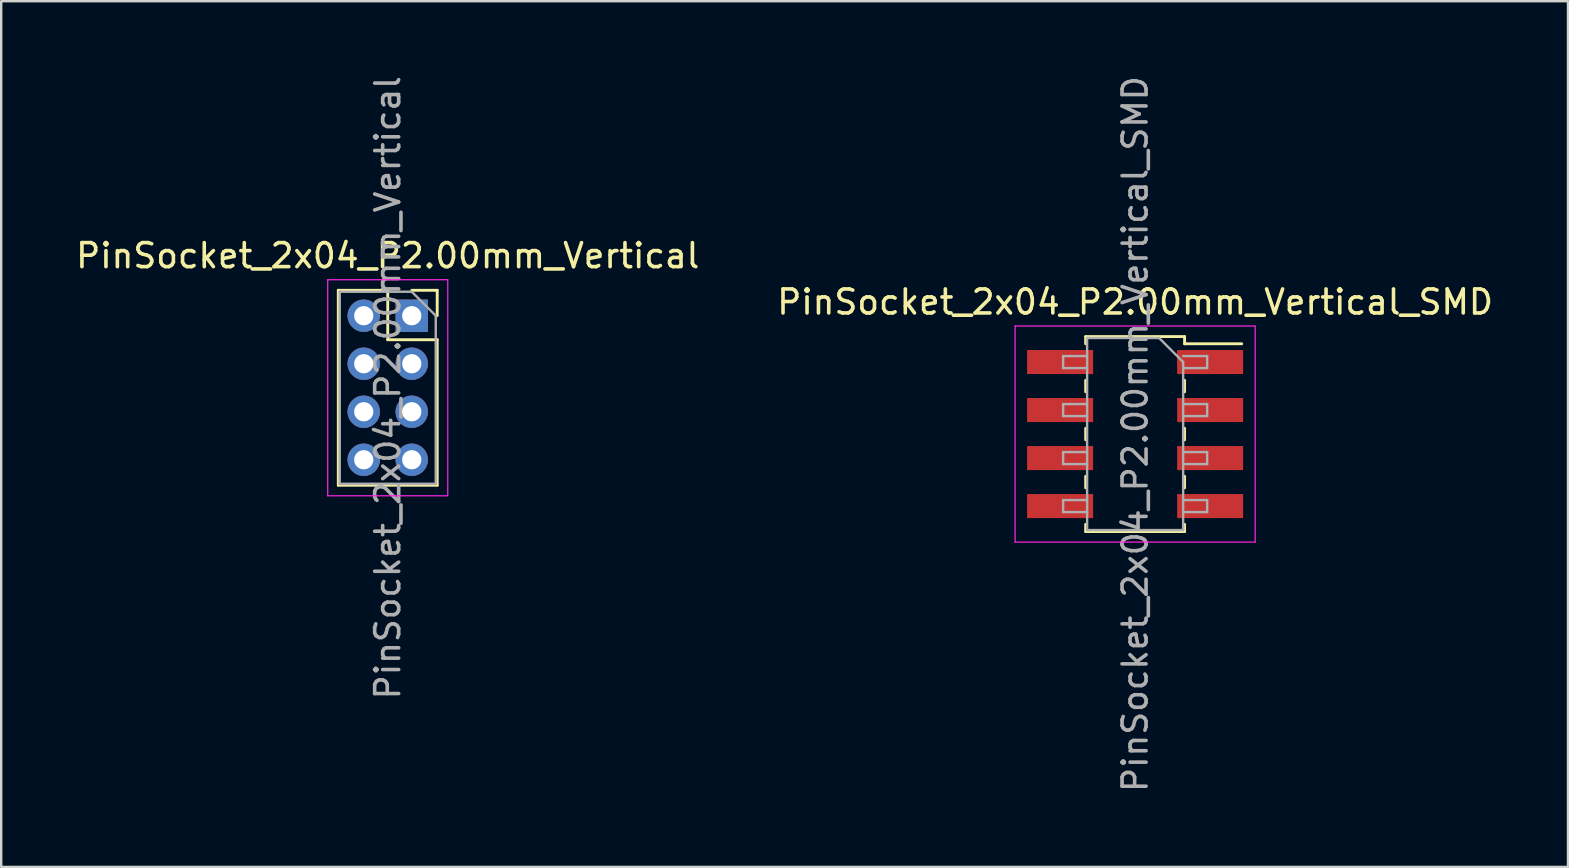
<source format=kicad_pcb>
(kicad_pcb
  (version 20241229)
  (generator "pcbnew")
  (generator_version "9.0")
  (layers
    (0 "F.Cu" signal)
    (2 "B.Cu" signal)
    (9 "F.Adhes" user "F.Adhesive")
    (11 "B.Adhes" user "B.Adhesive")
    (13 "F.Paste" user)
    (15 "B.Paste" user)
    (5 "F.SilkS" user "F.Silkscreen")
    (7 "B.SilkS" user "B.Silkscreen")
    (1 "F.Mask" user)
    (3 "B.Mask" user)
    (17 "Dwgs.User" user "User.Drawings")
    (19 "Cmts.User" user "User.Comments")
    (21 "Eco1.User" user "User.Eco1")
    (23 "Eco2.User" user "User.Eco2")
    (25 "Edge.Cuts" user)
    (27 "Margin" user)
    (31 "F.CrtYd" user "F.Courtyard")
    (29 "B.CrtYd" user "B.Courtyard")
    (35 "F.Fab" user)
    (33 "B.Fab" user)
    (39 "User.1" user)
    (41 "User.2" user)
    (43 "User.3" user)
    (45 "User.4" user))
  (footprint "PinSocket_2x04_P2.00mm_Vertical"
    (layer "F.Cu")
    (at 14.101 10.101)
    (property "Reference" "PinSocket_2x04_P2.00mm_Vertical" (at -1 -2.5 0) (layer "F.SilkS") (effects (font (size 1 1) (thickness 0.15))))
    (attr through_hole)
    (fp_line (start -3.06 -1.06) (end -3.06 7.06) (stroke (width 0.12) (type solid)) (layer "F.SilkS"))
    (fp_line (start -3.06 -1.06) (end -1 -1.06) (stroke (width 0.12) (type solid)) (layer "F.SilkS"))
    (fp_line (start -3.06 7.06) (end 1.06 7.06) (stroke (width 0.12) (type solid)) (layer "F.SilkS"))
    (fp_line (start -1 -1.06) (end -1 1) (stroke (width 0.12) (type solid)) (layer "F.SilkS"))
    (fp_line (start -1 1) (end 1.06 1) (stroke (width 0.12) (type solid)) (layer "F.SilkS"))
    (fp_line (start 0 -1.06) (end 1.06 -1.06) (stroke (width 0.12) (type solid)) (layer "F.SilkS"))
    (fp_line (start 1.06 -1.06) (end 1.06 0) (stroke (width 0.12) (type solid)) (layer "F.SilkS"))
    (fp_line (start 1.06 1) (end 1.06 7.06) (stroke (width 0.12) (type solid)) (layer "F.SilkS"))
    (fp_line (start -3.5 -1.5) (end 1.5 -1.5) (stroke (width 0.05) (type solid)) (layer "F.CrtYd"))
    (fp_line (start -3.5 7.5) (end -3.5 -1.5) (stroke (width 0.05) (type solid)) (layer "F.CrtYd"))
    (fp_line (start 1.5 -1.5) (end 1.5 7.5) (stroke (width 0.05) (type solid)) (layer "F.CrtYd"))
    (fp_line (start 1.5 7.5) (end -3.5 7.5) (stroke (width 0.05) (type solid)) (layer "F.CrtYd"))
    (fp_line (start -3 -1) (end 0 -1) (stroke (width 0.1) (type solid)) (layer "F.Fab"))
    (fp_line (start -3 7) (end -3 -1) (stroke (width 0.1) (type solid)) (layer "F.Fab"))
    (fp_line (start 0 -1) (end 1 0) (stroke (width 0.1) (type solid)) (layer "F.Fab"))
    (fp_line (start 1 0) (end 1 7) (stroke (width 0.1) (type solid)) (layer "F.Fab"))
    (fp_line (start 1 7) (end -3 7) (stroke (width 0.1) (type solid)) (layer "F.Fab"))
    (fp_text user "${REFERENCE}" (at -1 3 90) (layer "F.Fab") (effects (font (size 1 1) (thickness 0.15))))
    (pad "1" thru_hole rect (at 0 0) (size 1.35 1.35) (drill 0.8) (layers "*.Cu" "*.Mask"))
    (pad "2" thru_hole oval (at -2 0) (size 1.35 1.35) (drill 0.8) (layers "*.Cu" "*.Mask"))
    (pad "3" thru_hole oval (at 0 2) (size 1.35 1.35) (drill 0.8) (layers "*.Cu" "*.Mask"))
    (pad "4" thru_hole oval (at -2 2) (size 1.35 1.35) (drill 0.8) (layers "*.Cu" "*.Mask"))
    (pad "5" thru_hole oval (at 0 4) (size 1.35 1.35) (drill 0.8) (layers "*.Cu" "*.Mask"))
    (pad "6" thru_hole oval (at -2 4) (size 1.35 1.35) (drill 0.8) (layers "*.Cu" "*.Mask"))
    (pad "7" thru_hole oval (at 0 6) (size 1.35 1.35) (drill 0.8) (layers "*.Cu" "*.Mask"))
    (pad "8" thru_hole oval (at -2 6) (size 1.35 1.35) (drill 0.8) (layers "*.Cu" "*.Mask")))
  (footprint "PinSocket_2x04_P2.00mm_Vertical_SMD"
    (layer "F.Cu")
    (at 44.232 15.03)
    (property "Reference" "PinSocket_2x04_P2.00mm_Vertical_SMD" (at 0 -5.5 0) (layer "F.SilkS") (effects (font (size 1 1) (thickness 0.15))))
    (attr smd)
    (fp_line (start -2.06 -4.06) (end -2.06 -3.76) (stroke (width 0.12) (type solid)) (layer "F.SilkS"))
    (fp_line (start -2.06 -4.06) (end 2.06 -4.06) (stroke (width 0.12) (type solid)) (layer "F.SilkS"))
    (fp_line (start -2.06 -2.24) (end -2.06 -1.76) (stroke (width 0.12) (type solid)) (layer "F.SilkS"))
    (fp_line (start -2.06 -0.24) (end -2.06 0.24) (stroke (width 0.12) (type solid)) (layer "F.SilkS"))
    (fp_line (start -2.06 1.76) (end -2.06 2.24) (stroke (width 0.12) (type solid)) (layer "F.SilkS"))
    (fp_line (start -2.06 3.76) (end -2.06 4.06) (stroke (width 0.12) (type solid)) (layer "F.SilkS"))
    (fp_line (start -2.06 4.06) (end 2.06 4.06) (stroke (width 0.12) (type solid)) (layer "F.SilkS"))
    (fp_line (start 2.06 -4.06) (end 2.06 -3.76) (stroke (width 0.12) (type solid)) (layer "F.SilkS"))
    (fp_line (start 2.06 -3.76) (end 4.44 -3.76) (stroke (width 0.12) (type solid)) (layer "F.SilkS"))
    (fp_line (start 2.06 -2.24) (end 2.06 -1.76) (stroke (width 0.12) (type solid)) (layer "F.SilkS"))
    (fp_line (start 2.06 -0.24) (end 2.06 0.24) (stroke (width 0.12) (type solid)) (layer "F.SilkS"))
    (fp_line (start 2.06 1.76) (end 2.06 2.24) (stroke (width 0.12) (type solid)) (layer "F.SilkS"))
    (fp_line (start 2.06 3.76) (end 2.06 4.06) (stroke (width 0.12) (type solid)) (layer "F.SilkS"))
    (fp_line (start -5 -4.5) (end 5 -4.5) (stroke (width 0.05) (type solid)) (layer "F.CrtYd"))
    (fp_line (start -5 4.5) (end -5 -4.5) (stroke (width 0.05) (type solid)) (layer "F.CrtYd"))
    (fp_line (start 5 -4.5) (end 5 4.5) (stroke (width 0.05) (type solid)) (layer "F.CrtYd"))
    (fp_line (start 5 4.5) (end -5 4.5) (stroke (width 0.05) (type solid)) (layer "F.CrtYd"))
    (fp_line (start -3 -3.25) (end -2 -3.25) (stroke (width 0.1) (type solid)) (layer "F.Fab"))
    (fp_line (start -3 -2.75) (end -3 -3.25) (stroke (width 0.1) (type solid)) (layer "F.Fab"))
    (fp_line (start -3 -1.25) (end -2 -1.25) (stroke (width 0.1) (type solid)) (layer "F.Fab"))
    (fp_line (start -3 -0.75) (end -3 -1.25) (stroke (width 0.1) (type solid)) (layer "F.Fab"))
    (fp_line (start -3 0.75) (end -2 0.75) (stroke (width 0.1) (type solid)) (layer "F.Fab"))
    (fp_line (start -3 1.25) (end -3 0.75) (stroke (width 0.1) (type solid)) (layer "F.Fab"))
    (fp_line (start -3 2.75) (end -2 2.75) (stroke (width 0.1) (type solid)) (layer "F.Fab"))
    (fp_line (start -3 3.25) (end -3 2.75) (stroke (width 0.1) (type solid)) (layer "F.Fab"))
    (fp_line (start -2 -4) (end 1 -4) (stroke (width 0.1) (type solid)) (layer "F.Fab"))
    (fp_line (start -2 -2.75) (end -3 -2.75) (stroke (width 0.1) (type solid)) (layer "F.Fab"))
    (fp_line (start -2 -0.75) (end -3 -0.75) (stroke (width 0.1) (type solid)) (layer "F.Fab"))
    (fp_line (start -2 1.25) (end -3 1.25) (stroke (width 0.1) (type solid)) (layer "F.Fab"))
    (fp_line (start -2 3.25) (end -3 3.25) (stroke (width 0.1) (type solid)) (layer "F.Fab"))
    (fp_line (start -2 4) (end -2 -4) (stroke (width 0.1) (type solid)) (layer "F.Fab"))
    (fp_line (start 1 -4) (end 2 -3) (stroke (width 0.1) (type solid)) (layer "F.Fab"))
    (fp_line (start 2 -3.25) (end 3 -3.25) (stroke (width 0.1) (type solid)) (layer "F.Fab"))
    (fp_line (start 2 -3) (end 2 4) (stroke (width 0.1) (type solid)) (layer "F.Fab"))
    (fp_line (start 2 -1.25) (end 3 -1.25) (stroke (width 0.1) (type solid)) (layer "F.Fab"))
    (fp_line (start 2 0.75) (end 3 0.75) (stroke (width 0.1) (type solid)) (layer "F.Fab"))
    (fp_line (start 2 2.75) (end 3 2.75) (stroke (width 0.1) (type solid)) (layer "F.Fab"))
    (fp_line (start 2 4) (end -2 4) (stroke (width 0.1) (type solid)) (layer "F.Fab"))
    (fp_line (start 3 -3.25) (end 3 -2.75) (stroke (width 0.1) (type solid)) (layer "F.Fab"))
    (fp_line (start 3 -2.75) (end 2 -2.75) (stroke (width 0.1) (type solid)) (layer "F.Fab"))
    (fp_line (start 3 -1.25) (end 3 -0.75) (stroke (width 0.1) (type solid)) (layer "F.Fab"))
    (fp_line (start 3 -0.75) (end 2 -0.75) (stroke (width 0.1) (type solid)) (layer "F.Fab"))
    (fp_line (start 3 0.75) (end 3 1.25) (stroke (width 0.1) (type solid)) (layer "F.Fab"))
    (fp_line (start 3 1.25) (end 2 1.25) (stroke (width 0.1) (type solid)) (layer "F.Fab"))
    (fp_line (start 3 2.75) (end 3 3.25) (stroke (width 0.1) (type solid)) (layer "F.Fab"))
    (fp_line (start 3 3.25) (end 2 3.25) (stroke (width 0.1) (type solid)) (layer "F.Fab"))
    (fp_text user "${REFERENCE}" (at 0 0 90) (layer "F.Fab") (effects (font (size 1 1) (thickness 0.15))))
    (pad "1" smd rect (at 3.125 -3) (size 2.75 1) (layers "F.Cu" "F.Mask" "F.Paste"))
    (pad "2" smd rect (at -3.125 -3) (size 2.75 1) (layers "F.Cu" "F.Mask" "F.Paste"))
    (pad "3" smd rect (at 3.125 -1) (size 2.75 1) (layers "F.Cu" "F.Mask" "F.Paste"))
    (pad "4" smd rect (at -3.125 -1) (size 2.75 1) (layers "F.Cu" "F.Mask" "F.Paste"))
    (pad "5" smd rect (at 3.125 1) (size 2.75 1) (layers "F.Cu" "F.Mask" "F.Paste"))
    (pad "6" smd rect (at -3.125 1) (size 2.75 1) (layers "F.Cu" "F.Mask" "F.Paste"))
    (pad "7" smd rect (at 3.125 3) (size 2.75 1) (layers "F.Cu" "F.Mask" "F.Paste"))
    (pad "8" smd rect (at -3.125 3) (size 2.75 1) (layers "F.Cu" "F.Mask" "F.Paste")))
  (gr_rect
    (start -3 -3)
    (end 62.262 33.06)
    (stroke (width 0.1) (type default))
    (fill no)
    (layer "Edge.Cuts")))
</source>
